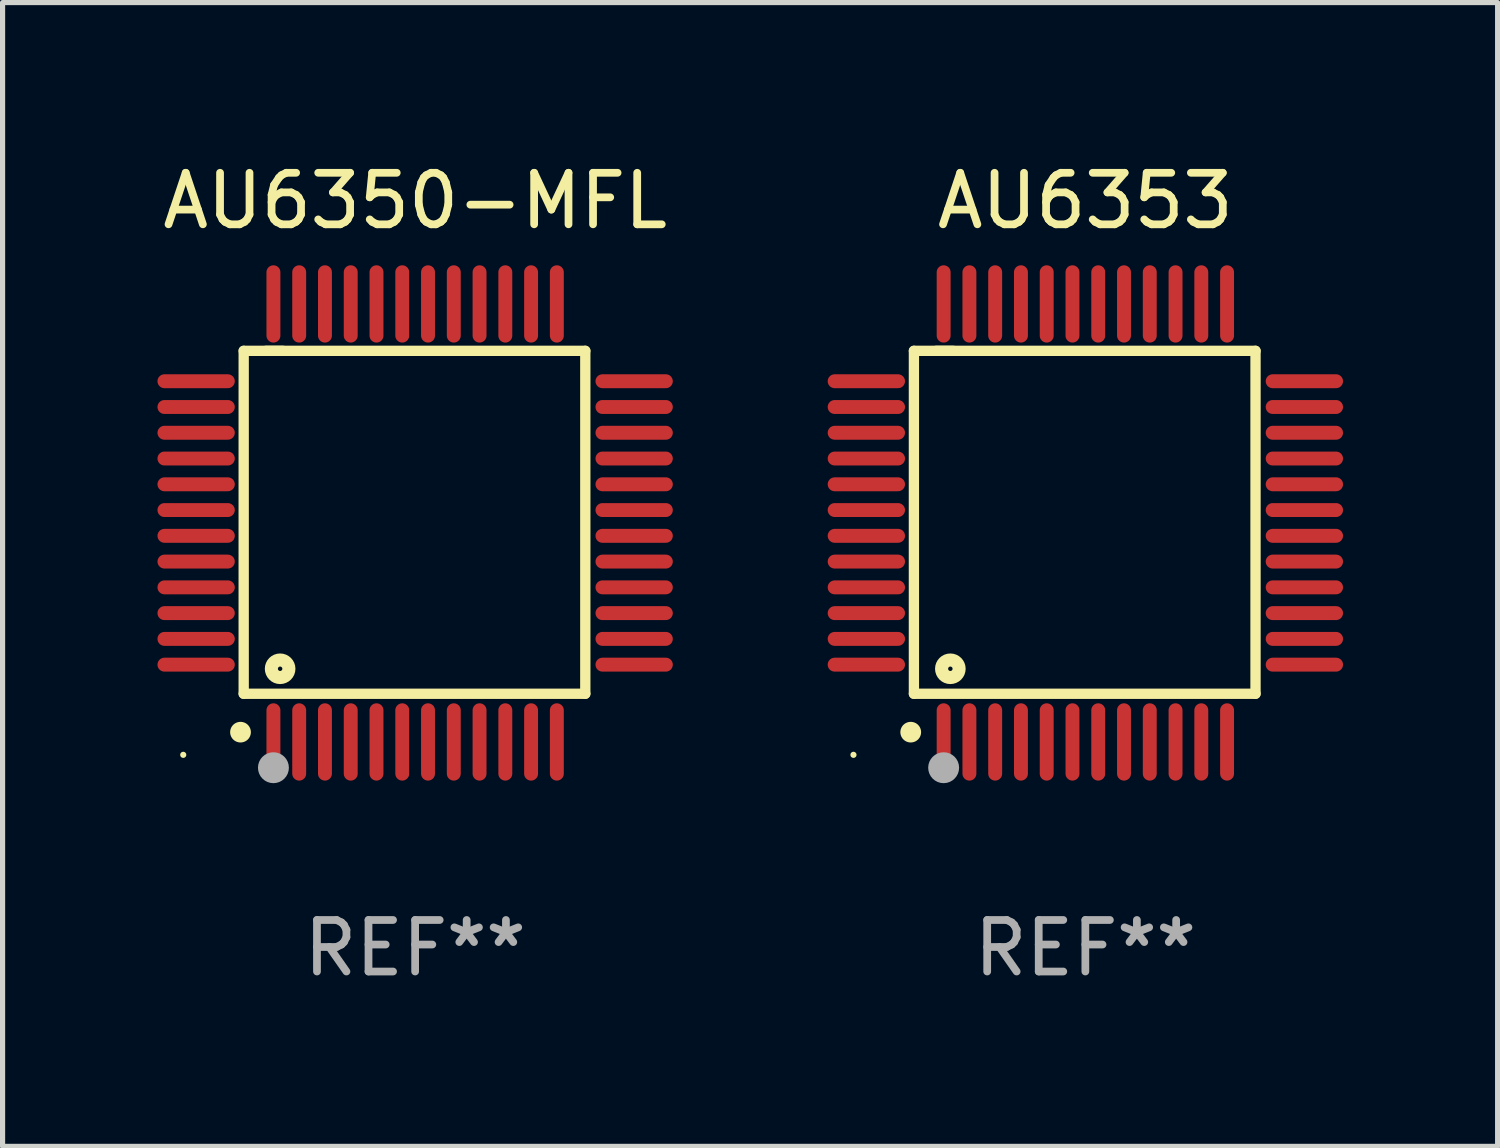
<source format=kicad_pcb>
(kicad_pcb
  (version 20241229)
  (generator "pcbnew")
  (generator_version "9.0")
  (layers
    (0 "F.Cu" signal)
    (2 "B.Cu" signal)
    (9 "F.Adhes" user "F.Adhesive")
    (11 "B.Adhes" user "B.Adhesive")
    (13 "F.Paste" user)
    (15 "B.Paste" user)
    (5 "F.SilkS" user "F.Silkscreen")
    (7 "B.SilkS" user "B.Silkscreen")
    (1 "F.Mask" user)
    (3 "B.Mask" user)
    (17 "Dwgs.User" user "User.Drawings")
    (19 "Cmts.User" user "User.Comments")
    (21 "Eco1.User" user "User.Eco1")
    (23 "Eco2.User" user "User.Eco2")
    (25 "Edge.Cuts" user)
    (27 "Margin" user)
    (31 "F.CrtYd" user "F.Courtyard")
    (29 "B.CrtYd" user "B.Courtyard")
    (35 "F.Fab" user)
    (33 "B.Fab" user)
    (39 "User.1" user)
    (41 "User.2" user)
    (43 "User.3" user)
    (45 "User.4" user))
  (footprint "AU6353"
    (layer "F.Cu")
    (at 18.012 7.098)
    (property "Reference" "AU6353" (at 0 -6.25 0) (layer "F.SilkS") (effects (font (size 1 1) (thickness 0.15))))
    (attr through_hole)
    (fp_line (start -3.327 -3.34) (end -2.565 -3.34) (stroke (width 0.2) (type solid)) (layer "F.SilkS"))
    (fp_line (start -3.327 3.315) (end -3.327 -3.34) (stroke (width 0.2) (type solid)) (layer "F.SilkS"))
    (fp_line (start -2.896 -3.34) (end 3.302 -3.34) (stroke (width 0.2) (type solid)) (layer "F.SilkS"))
    (fp_line (start 3.302 -3.34) (end 3.302 3.315) (stroke (width 0.2) (type solid)) (layer "F.SilkS"))
    (fp_line (start 3.302 3.315) (end -3.327 3.315) (stroke (width 0.2) (type solid)) (layer "F.SilkS"))
    (fp_arc (start -3.389992 4.059995) (mid -3.388722 4.059991) (end -3.387452 4.059995) (stroke (width 0.4) (type solid)) (layer "F.SilkS"))
    (fp_circle (center -4.5 4.5) (end -4.47 4.5) (stroke (width 0.06) (type solid)) (fill no) (layer "F.SilkS"))
    (fp_circle (center -2.62 2.83) (end -2.45 2.83) (stroke (width 0.254) (type solid)) (fill no) (layer "F.SilkS"))
    (fp_circle (center -2.75 4.75) (end -2.6 4.75) (stroke (width 0.3) (type solid)) (fill no) (layer "F.Fab"))
    (fp_text user "REF**" (at 0 8.25 0) (layer "F.Fab") (effects (font (size 1 1) (thickness 0.15))))
    (pad "1" smd oval (at -2.75 4.25) (size 0.27 1.5) (layers "F.Cu" "F.Mask" "F.Paste"))
    (pad "2" smd oval (at -2.25 4.25) (size 0.27 1.5) (layers "F.Cu" "F.Mask" "F.Paste"))
    (pad "3" smd oval (at -1.75 4.25) (size 0.27 1.5) (layers "F.Cu" "F.Mask" "F.Paste"))
    (pad "4" smd oval (at -1.25 4.25) (size 0.27 1.5) (layers "F.Cu" "F.Mask" "F.Paste"))
    (pad "5" smd oval (at -0.75 4.25) (size 0.27 1.5) (layers "F.Cu" "F.Mask" "F.Paste"))
    (pad "6" smd oval (at -0.25 4.25) (size 0.27 1.5) (layers "F.Cu" "F.Mask" "F.Paste"))
    (pad "7" smd oval (at 0.25 4.25) (size 0.27 1.5) (layers "F.Cu" "F.Mask" "F.Paste"))
    (pad "8" smd oval (at 0.75 4.25) (size 0.27 1.5) (layers "F.Cu" "F.Mask" "F.Paste"))
    (pad "9" smd oval (at 1.25 4.25) (size 0.27 1.5) (layers "F.Cu" "F.Mask" "F.Paste"))
    (pad "10" smd oval (at 1.75 4.25) (size 0.27 1.5) (layers "F.Cu" "F.Mask" "F.Paste"))
    (pad "11" smd oval (at 2.25 4.25) (size 0.27 1.5) (layers "F.Cu" "F.Mask" "F.Paste"))
    (pad "12" smd oval (at 2.75 4.25) (size 0.27 1.5) (layers "F.Cu" "F.Mask" "F.Paste"))
    (pad "13" smd oval (at 4.25 2.75) (size 1.5 0.27) (layers "F.Cu" "F.Mask" "F.Paste"))
    (pad "14" smd oval (at 4.25 2.25) (size 1.5 0.27) (layers "F.Cu" "F.Mask" "F.Paste"))
    (pad "15" smd oval (at 4.25 1.75) (size 1.5 0.27) (layers "F.Cu" "F.Mask" "F.Paste"))
    (pad "16" smd oval (at 4.25 1.25) (size 1.5 0.27) (layers "F.Cu" "F.Mask" "F.Paste"))
    (pad "17" smd oval (at 4.25 0.75) (size 1.5 0.27) (layers "F.Cu" "F.Mask" "F.Paste"))
    (pad "18" smd oval (at 4.25 0.25) (size 1.5 0.27) (layers "F.Cu" "F.Mask" "F.Paste"))
    (pad "19" smd oval (at 4.25 -0.25) (size 1.5 0.27) (layers "F.Cu" "F.Mask" "F.Paste"))
    (pad "20" smd oval (at 4.25 -0.75) (size 1.5 0.27) (layers "F.Cu" "F.Mask" "F.Paste"))
    (pad "21" smd oval (at 4.25 -1.25) (size 1.5 0.27) (layers "F.Cu" "F.Mask" "F.Paste"))
    (pad "22" smd oval (at 4.25 -1.75) (size 1.5 0.27) (layers "F.Cu" "F.Mask" "F.Paste"))
    (pad "23" smd oval (at 4.25 -2.25) (size 1.5 0.27) (layers "F.Cu" "F.Mask" "F.Paste"))
    (pad "24" smd oval (at 4.25 -2.75) (size 1.5 0.27) (layers "F.Cu" "F.Mask" "F.Paste"))
    (pad "25" smd oval (at 2.75 -4.25) (size 0.27 1.5) (layers "F.Cu" "F.Mask" "F.Paste"))
    (pad "26" smd oval (at 2.25 -4.25) (size 0.27 1.5) (layers "F.Cu" "F.Mask" "F.Paste"))
    (pad "27" smd oval (at 1.75 -4.25) (size 0.27 1.5) (layers "F.Cu" "F.Mask" "F.Paste"))
    (pad "28" smd oval (at 1.25 -4.25) (size 0.27 1.5) (layers "F.Cu" "F.Mask" "F.Paste"))
    (pad "29" smd oval (at 0.75 -4.25) (size 0.27 1.5) (layers "F.Cu" "F.Mask" "F.Paste"))
    (pad "30" smd oval (at 0.25 -4.25) (size 0.27 1.5) (layers "F.Cu" "F.Mask" "F.Paste"))
    (pad "31" smd oval (at -0.25 -4.25) (size 0.27 1.5) (layers "F.Cu" "F.Mask" "F.Paste"))
    (pad "32" smd oval (at -0.75 -4.25) (size 0.27 1.5) (layers "F.Cu" "F.Mask" "F.Paste"))
    (pad "33" smd oval (at -1.25 -4.25) (size 0.27 1.5) (layers "F.Cu" "F.Mask" "F.Paste"))
    (pad "34" smd oval (at -1.75 -4.25) (size 0.27 1.5) (layers "F.Cu" "F.Mask" "F.Paste"))
    (pad "35" smd oval (at -2.25 -4.25) (size 0.27 1.5) (layers "F.Cu" "F.Mask" "F.Paste"))
    (pad "36" smd oval (at -2.75 -4.25) (size 0.27 1.5) (layers "F.Cu" "F.Mask" "F.Paste"))
    (pad "37" smd oval (at -4.25 -2.75) (size 1.5 0.27) (layers "F.Cu" "F.Mask" "F.Paste"))
    (pad "38" smd oval (at -4.25 -2.25) (size 1.5 0.27) (layers "F.Cu" "F.Mask" "F.Paste"))
    (pad "39" smd oval (at -4.25 -1.75) (size 1.5 0.27) (layers "F.Cu" "F.Mask" "F.Paste"))
    (pad "40" smd oval (at -4.25 -1.25) (size 1.5 0.27) (layers "F.Cu" "F.Mask" "F.Paste"))
    (pad "41" smd oval (at -4.25 -0.75) (size 1.5 0.27) (layers "F.Cu" "F.Mask" "F.Paste"))
    (pad "42" smd oval (at -4.25 -0.25) (size 1.5 0.27) (layers "F.Cu" "F.Mask" "F.Paste"))
    (pad "43" smd oval (at -4.25 0.25) (size 1.5 0.27) (layers "F.Cu" "F.Mask" "F.Paste"))
    (pad "44" smd oval (at -4.25 0.75) (size 1.5 0.27) (layers "F.Cu" "F.Mask" "F.Paste"))
    (pad "45" smd oval (at -4.25 1.25) (size 1.5 0.27) (layers "F.Cu" "F.Mask" "F.Paste"))
    (pad "46" smd oval (at -4.25 1.75) (size 1.5 0.27) (layers "F.Cu" "F.Mask" "F.Paste"))
    (pad "47" smd oval (at -4.25 2.25) (size 1.5 0.27) (layers "F.Cu" "F.Mask" "F.Paste"))
    (pad "48" smd oval (at -4.25 2.75) (size 1.5 0.27) (layers "F.Cu" "F.Mask" "F.Paste")))
  (footprint "AU6350-MFL"
    (layer "F.Cu")
    (at 5.006 7.098)
    (property "Reference" "AU6350-MFL" (at 0 -6.25 0) (layer "F.SilkS") (effects (font (size 1 1) (thickness 0.15))))
    (attr through_hole)
    (fp_line (start -3.327 -3.34) (end -2.565 -3.34) (stroke (width 0.2) (type solid)) (layer "F.SilkS"))
    (fp_line (start -3.327 3.315) (end -3.327 -3.34) (stroke (width 0.2) (type solid)) (layer "F.SilkS"))
    (fp_line (start -2.896 -3.34) (end 3.302 -3.34) (stroke (width 0.2) (type solid)) (layer "F.SilkS"))
    (fp_line (start 3.302 -3.34) (end 3.302 3.315) (stroke (width 0.2) (type solid)) (layer "F.SilkS"))
    (fp_line (start 3.302 3.315) (end -3.327 3.315) (stroke (width 0.2) (type solid)) (layer "F.SilkS"))
    (fp_arc (start -3.389992 4.059995) (mid -3.388722 4.059991) (end -3.387452 4.059995) (stroke (width 0.4) (type solid)) (layer "F.SilkS"))
    (fp_circle (center -4.5 4.5) (end -4.47 4.5) (stroke (width 0.06) (type solid)) (fill no) (layer "F.SilkS"))
    (fp_circle (center -2.62 2.83) (end -2.45 2.83) (stroke (width 0.254) (type solid)) (fill no) (layer "F.SilkS"))
    (fp_circle (center -2.75 4.75) (end -2.6 4.75) (stroke (width 0.3) (type solid)) (fill no) (layer "F.Fab"))
    (fp_text user "REF**" (at 0 8.25 0) (layer "F.Fab") (effects (font (size 1 1) (thickness 0.15))))
    (pad "1" smd oval (at -2.75 4.25) (size 0.27 1.5) (layers "F.Cu" "F.Mask" "F.Paste"))
    (pad "2" smd oval (at -2.25 4.25) (size 0.27 1.5) (layers "F.Cu" "F.Mask" "F.Paste"))
    (pad "3" smd oval (at -1.75 4.25) (size 0.27 1.5) (layers "F.Cu" "F.Mask" "F.Paste"))
    (pad "4" smd oval (at -1.25 4.25) (size 0.27 1.5) (layers "F.Cu" "F.Mask" "F.Paste"))
    (pad "5" smd oval (at -0.75 4.25) (size 0.27 1.5) (layers "F.Cu" "F.Mask" "F.Paste"))
    (pad "6" smd oval (at -0.25 4.25) (size 0.27 1.5) (layers "F.Cu" "F.Mask" "F.Paste"))
    (pad "7" smd oval (at 0.25 4.25) (size 0.27 1.5) (layers "F.Cu" "F.Mask" "F.Paste"))
    (pad "8" smd oval (at 0.75 4.25) (size 0.27 1.5) (layers "F.Cu" "F.Mask" "F.Paste"))
    (pad "9" smd oval (at 1.25 4.25) (size 0.27 1.5) (layers "F.Cu" "F.Mask" "F.Paste"))
    (pad "10" smd oval (at 1.75 4.25) (size 0.27 1.5) (layers "F.Cu" "F.Mask" "F.Paste"))
    (pad "11" smd oval (at 2.25 4.25) (size 0.27 1.5) (layers "F.Cu" "F.Mask" "F.Paste"))
    (pad "12" smd oval (at 2.75 4.25) (size 0.27 1.5) (layers "F.Cu" "F.Mask" "F.Paste"))
    (pad "13" smd oval (at 4.25 2.75) (size 1.5 0.27) (layers "F.Cu" "F.Mask" "F.Paste"))
    (pad "14" smd oval (at 4.25 2.25) (size 1.5 0.27) (layers "F.Cu" "F.Mask" "F.Paste"))
    (pad "15" smd oval (at 4.25 1.75) (size 1.5 0.27) (layers "F.Cu" "F.Mask" "F.Paste"))
    (pad "16" smd oval (at 4.25 1.25) (size 1.5 0.27) (layers "F.Cu" "F.Mask" "F.Paste"))
    (pad "17" smd oval (at 4.25 0.75) (size 1.5 0.27) (layers "F.Cu" "F.Mask" "F.Paste"))
    (pad "18" smd oval (at 4.25 0.25) (size 1.5 0.27) (layers "F.Cu" "F.Mask" "F.Paste"))
    (pad "19" smd oval (at 4.25 -0.25) (size 1.5 0.27) (layers "F.Cu" "F.Mask" "F.Paste"))
    (pad "20" smd oval (at 4.25 -0.75) (size 1.5 0.27) (layers "F.Cu" "F.Mask" "F.Paste"))
    (pad "21" smd oval (at 4.25 -1.25) (size 1.5 0.27) (layers "F.Cu" "F.Mask" "F.Paste"))
    (pad "22" smd oval (at 4.25 -1.75) (size 1.5 0.27) (layers "F.Cu" "F.Mask" "F.Paste"))
    (pad "23" smd oval (at 4.25 -2.25) (size 1.5 0.27) (layers "F.Cu" "F.Mask" "F.Paste"))
    (pad "24" smd oval (at 4.25 -2.75) (size 1.5 0.27) (layers "F.Cu" "F.Mask" "F.Paste"))
    (pad "25" smd oval (at 2.75 -4.25) (size 0.27 1.5) (layers "F.Cu" "F.Mask" "F.Paste"))
    (pad "26" smd oval (at 2.25 -4.25) (size 0.27 1.5) (layers "F.Cu" "F.Mask" "F.Paste"))
    (pad "27" smd oval (at 1.75 -4.25) (size 0.27 1.5) (layers "F.Cu" "F.Mask" "F.Paste"))
    (pad "28" smd oval (at 1.25 -4.25) (size 0.27 1.5) (layers "F.Cu" "F.Mask" "F.Paste"))
    (pad "29" smd oval (at 0.75 -4.25) (size 0.27 1.5) (layers "F.Cu" "F.Mask" "F.Paste"))
    (pad "30" smd oval (at 0.25 -4.25) (size 0.27 1.5) (layers "F.Cu" "F.Mask" "F.Paste"))
    (pad "31" smd oval (at -0.25 -4.25) (size 0.27 1.5) (layers "F.Cu" "F.Mask" "F.Paste"))
    (pad "32" smd oval (at -0.75 -4.25) (size 0.27 1.5) (layers "F.Cu" "F.Mask" "F.Paste"))
    (pad "33" smd oval (at -1.25 -4.25) (size 0.27 1.5) (layers "F.Cu" "F.Mask" "F.Paste"))
    (pad "34" smd oval (at -1.75 -4.25) (size 0.27 1.5) (layers "F.Cu" "F.Mask" "F.Paste"))
    (pad "35" smd oval (at -2.25 -4.25) (size 0.27 1.5) (layers "F.Cu" "F.Mask" "F.Paste"))
    (pad "36" smd oval (at -2.75 -4.25) (size 0.27 1.5) (layers "F.Cu" "F.Mask" "F.Paste"))
    (pad "37" smd oval (at -4.25 -2.75) (size 1.5 0.27) (layers "F.Cu" "F.Mask" "F.Paste"))
    (pad "38" smd oval (at -4.25 -2.25) (size 1.5 0.27) (layers "F.Cu" "F.Mask" "F.Paste"))
    (pad "39" smd oval (at -4.25 -1.75) (size 1.5 0.27) (layers "F.Cu" "F.Mask" "F.Paste"))
    (pad "40" smd oval (at -4.25 -1.25) (size 1.5 0.27) (layers "F.Cu" "F.Mask" "F.Paste"))
    (pad "41" smd oval (at -4.25 -0.75) (size 1.5 0.27) (layers "F.Cu" "F.Mask" "F.Paste"))
    (pad "42" smd oval (at -4.25 -0.25) (size 1.5 0.27) (layers "F.Cu" "F.Mask" "F.Paste"))
    (pad "43" smd oval (at -4.25 0.25) (size 1.5 0.27) (layers "F.Cu" "F.Mask" "F.Paste"))
    (pad "44" smd oval (at -4.25 0.75) (size 1.5 0.27) (layers "F.Cu" "F.Mask" "F.Paste"))
    (pad "45" smd oval (at -4.25 1.25) (size 1.5 0.27) (layers "F.Cu" "F.Mask" "F.Paste"))
    (pad "46" smd oval (at -4.25 1.75) (size 1.5 0.27) (layers "F.Cu" "F.Mask" "F.Paste"))
    (pad "47" smd oval (at -4.25 2.25) (size 1.5 0.27) (layers "F.Cu" "F.Mask" "F.Paste"))
    (pad "48" smd oval (at -4.25 2.75) (size 1.5 0.27) (layers "F.Cu" "F.Mask" "F.Paste")))
  (gr_rect
    (start -3 -3)
    (end 26.012 19.196)
    (stroke (width 0.1) (type default))
    (fill no)
    (layer "Edge.Cuts")))
</source>
